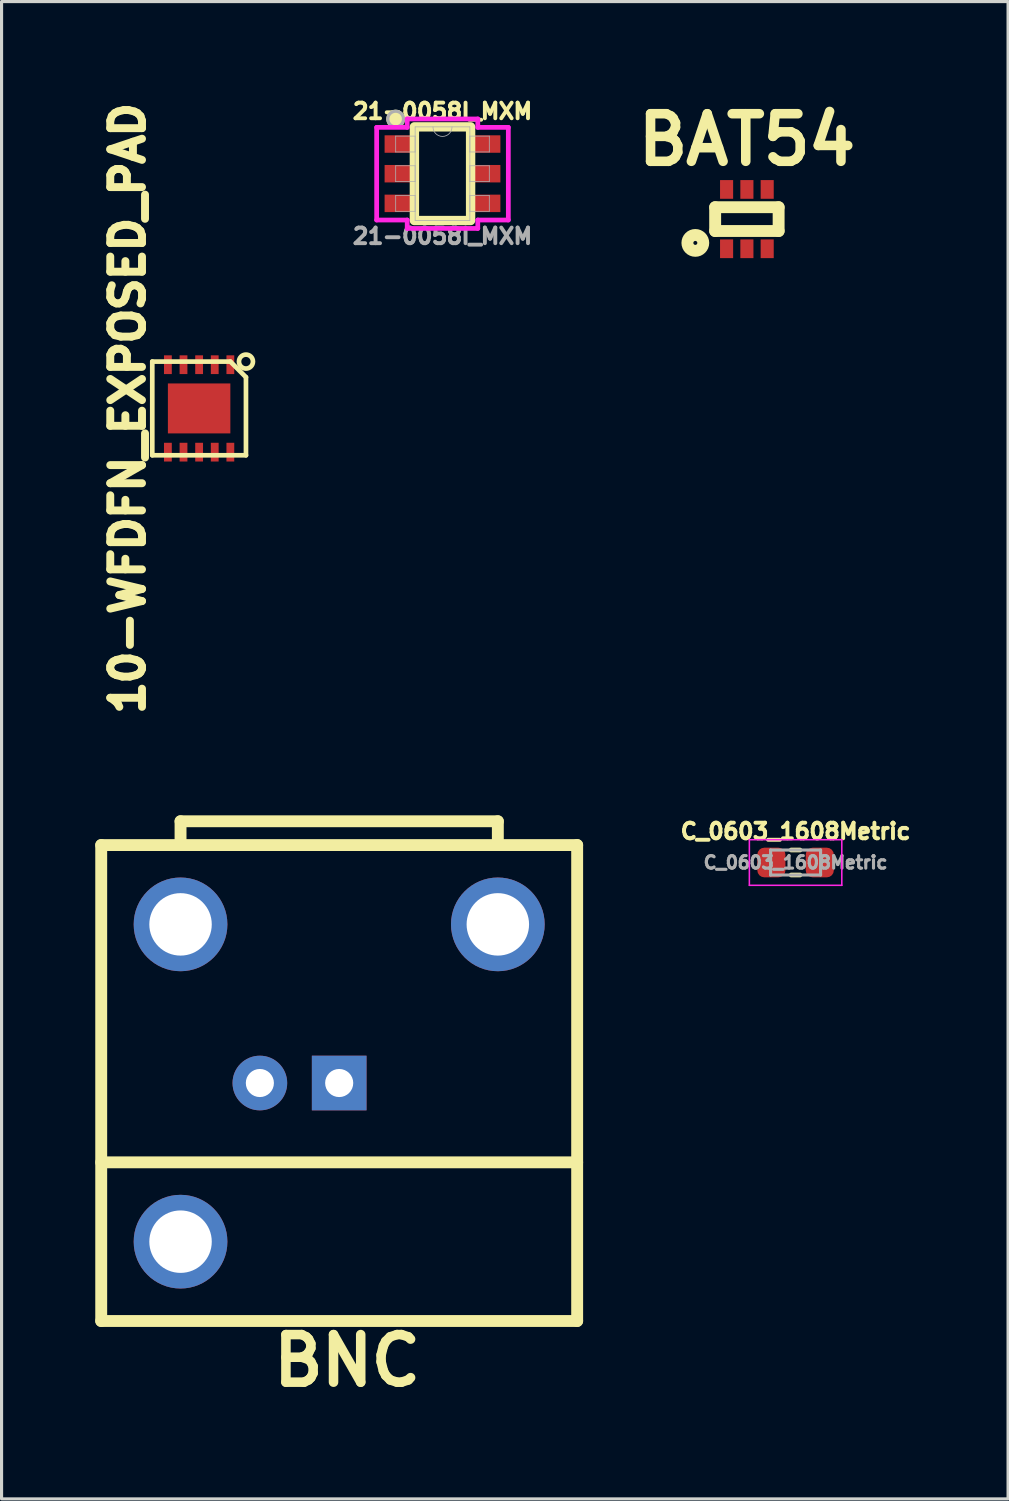
<source format=kicad_pcb>
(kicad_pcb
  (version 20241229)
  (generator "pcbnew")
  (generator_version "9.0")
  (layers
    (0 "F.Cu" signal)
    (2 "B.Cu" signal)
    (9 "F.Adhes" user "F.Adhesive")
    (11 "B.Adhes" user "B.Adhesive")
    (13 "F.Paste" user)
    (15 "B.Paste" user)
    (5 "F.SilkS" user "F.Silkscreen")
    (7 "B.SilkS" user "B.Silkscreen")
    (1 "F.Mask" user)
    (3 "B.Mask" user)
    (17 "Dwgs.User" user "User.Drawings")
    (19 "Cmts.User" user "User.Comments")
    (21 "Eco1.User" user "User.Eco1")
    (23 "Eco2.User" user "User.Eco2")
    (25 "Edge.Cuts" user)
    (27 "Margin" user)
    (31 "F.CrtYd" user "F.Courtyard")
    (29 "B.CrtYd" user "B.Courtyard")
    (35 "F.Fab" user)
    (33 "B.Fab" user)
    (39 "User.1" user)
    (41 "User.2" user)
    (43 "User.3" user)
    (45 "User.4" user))
  (footprint "21-0058I_MXM"
    (layer "F.Cu")
    (at 11.119 2.512)
    (property "Reference" "21-0058I_MXM" (at 0 -2 0) (unlocked yes) (layer "F.SilkS") (effects (font (size 0.5 0.5) (thickness 0.125) (bold yes))))
    (attr smd)
    (fp_rect (start -0.9 -1.5) (end 0.9 1.5) (stroke (width 0.3) (type default)) (fill no) (layer "F.SilkS"))
    (fp_circle (center -1.5 -1.75) (end -1.25 -1.75) (stroke (width 0.1) (type solid)) (fill yes) (layer "F.SilkS"))
    (fp_line (start -2.108 -1.483) (end -1.13 -1.483) (stroke (width 0.152) (type solid)) (layer "F.CrtYd"))
    (fp_line (start -2.108 1.483) (end -2.108 -1.483) (stroke (width 0.152) (type solid)) (layer "F.CrtYd"))
    (fp_line (start -2.108 1.483) (end -1.13 1.483) (stroke (width 0.152) (type solid)) (layer "F.CrtYd"))
    (fp_line (start -1.13 -1.753) (end 1.13 -1.753) (stroke (width 0.152) (type solid)) (layer "F.CrtYd"))
    (fp_line (start -1.13 -1.483) (end -1.13 -1.753) (stroke (width 0.152) (type solid)) (layer "F.CrtYd"))
    (fp_line (start -1.13 1.753) (end -1.13 1.483) (stroke (width 0.152) (type solid)) (layer "F.CrtYd"))
    (fp_line (start 1.13 -1.753) (end 1.13 -1.483) (stroke (width 0.152) (type solid)) (layer "F.CrtYd"))
    (fp_line (start 1.13 1.483) (end 1.13 1.753) (stroke (width 0.152) (type solid)) (layer "F.CrtYd"))
    (fp_line (start 1.13 1.753) (end -1.13 1.753) (stroke (width 0.152) (type solid)) (layer "F.CrtYd"))
    (fp_line (start 2.108 -1.483) (end 1.13 -1.483) (stroke (width 0.152) (type solid)) (layer "F.CrtYd"))
    (fp_line (start 2.108 -1.483) (end 2.108 1.483) (stroke (width 0.152) (type solid)) (layer "F.CrtYd"))
    (fp_line (start 2.108 1.483) (end 1.13 1.483) (stroke (width 0.152) (type solid)) (layer "F.CrtYd"))
    (fp_line (start -1.499 -1.204) (end -1.499 -0.696) (stroke (width 0.025) (type solid)) (layer "F.Fab"))
    (fp_line (start -1.499 -0.696) (end -0.876 -0.696) (stroke (width 0.025) (type solid)) (layer "F.Fab"))
    (fp_line (start -1.499 -0.254) (end -1.499 0.254) (stroke (width 0.025) (type solid)) (layer "F.Fab"))
    (fp_line (start -1.499 0.254) (end -0.876 0.254) (stroke (width 0.025) (type solid)) (layer "F.Fab"))
    (fp_line (start -1.499 0.696) (end -1.499 1.204) (stroke (width 0.025) (type solid)) (layer "F.Fab"))
    (fp_line (start -1.499 1.204) (end -0.876 1.204) (stroke (width 0.025) (type solid)) (layer "F.Fab"))
    (fp_line (start -0.876 -1.499) (end -0.876 1.499) (stroke (width 0.025) (type solid)) (layer "F.Fab"))
    (fp_line (start -0.876 -1.204) (end -1.499 -1.204) (stroke (width 0.025) (type solid)) (layer "F.Fab"))
    (fp_line (start -0.876 -0.696) (end -0.876 -1.204) (stroke (width 0.025) (type solid)) (layer "F.Fab"))
    (fp_line (start -0.876 -0.254) (end -1.499 -0.254) (stroke (width 0.025) (type solid)) (layer "F.Fab"))
    (fp_line (start -0.876 0.254) (end -0.876 -0.254) (stroke (width 0.025) (type solid)) (layer "F.Fab"))
    (fp_line (start -0.876 0.696) (end -1.499 0.696) (stroke (width 0.025) (type solid)) (layer "F.Fab"))
    (fp_line (start -0.876 1.204) (end -0.876 0.696) (stroke (width 0.025) (type solid)) (layer "F.Fab"))
    (fp_line (start -0.876 1.499) (end 0.876 1.499) (stroke (width 0.025) (type solid)) (layer "F.Fab"))
    (fp_line (start 0.876 -1.499) (end -0.876 -1.499) (stroke (width 0.025) (type solid)) (layer "F.Fab"))
    (fp_line (start 0.876 -1.204) (end 0.876 -0.696) (stroke (width 0.025) (type solid)) (layer "F.Fab"))
    (fp_line (start 0.876 -0.696) (end 1.499 -0.696) (stroke (width 0.025) (type solid)) (layer "F.Fab"))
    (fp_line (start 0.876 -0.254) (end 0.876 0.254) (stroke (width 0.025) (type solid)) (layer "F.Fab"))
    (fp_line (start 0.876 0.254) (end 1.499 0.254) (stroke (width 0.025) (type solid)) (layer "F.Fab"))
    (fp_line (start 0.876 0.696) (end 0.876 1.204) (stroke (width 0.025) (type solid)) (layer "F.Fab"))
    (fp_line (start 0.876 1.204) (end 1.499 1.204) (stroke (width 0.025) (type solid)) (layer "F.Fab"))
    (fp_line (start 0.876 1.499) (end 0.876 -1.499) (stroke (width 0.025) (type solid)) (layer "F.Fab"))
    (fp_line (start 1.499 -1.204) (end 0.876 -1.204) (stroke (width 0.025) (type solid)) (layer "F.Fab"))
    (fp_line (start 1.499 -0.696) (end 1.499 -1.204) (stroke (width 0.025) (type solid)) (layer "F.Fab"))
    (fp_line (start 1.499 -0.254) (end 0.876 -0.254) (stroke (width 0.025) (type solid)) (layer "F.Fab"))
    (fp_line (start 1.499 0.254) (end 1.499 -0.254) (stroke (width 0.025) (type solid)) (layer "F.Fab"))
    (fp_line (start 1.499 0.696) (end 0.876 0.696) (stroke (width 0.025) (type solid)) (layer "F.Fab"))
    (fp_line (start 1.499 1.204) (end 1.499 0.696) (stroke (width 0.025) (type solid)) (layer "F.Fab"))
    (fp_arc (start 0.3048 -1.4986) (mid 0 -1.1938) (end -0.3048 -1.4986) (stroke (width 0.0254) (type solid)) (layer "F.Fab"))
    (fp_circle (center -1.5 -1.75) (end -1.25 -1.75) (stroke (width 0.1) (type solid)) (fill no) (layer "F.Fab"))
    (fp_text user "${REFERENCE}" (at 0 2 0) (unlocked yes) (layer "F.Fab") (effects (font (size 0.5 0.5) (thickness 0.125) (bold yes))))
    (pad "1" smd rect (at -1.365 -0.95) (size 0.978 0.559) (layers "F.Cu" "F.Mask" "F.Paste"))
    (pad "2" smd rect (at -1.365 0) (size 0.978 0.559) (layers "F.Cu" "F.Mask" "F.Paste"))
    (pad "3" smd rect (at -1.365 0.95) (size 0.978 0.559) (layers "F.Cu" "F.Mask" "F.Paste"))
    (pad "4" smd rect (at 1.365 0.95) (size 0.978 0.559) (layers "F.Cu" "F.Mask" "F.Paste"))
    (pad "5" smd rect (at 1.365 0) (size 0.978 0.559) (layers "F.Cu" "F.Mask" "F.Paste"))
    (pad "6" smd rect (at 1.365 -0.95) (size 0.978 0.559) (layers "F.Cu" "F.Mask" "F.Paste")))
  (footprint "C_0603_1608Metric"
    (layer "F.Cu")
    (at 22.425 24.568)
    (property "Reference" "C_0603_1608Metric" (at 0 -1 0) (layer "F.SilkS") (effects (font (size 0.5 0.5) (thickness 0.125) (bold yes))))
    (attr smd)
    (fp_line (start -0.141 -0.4) (end 0.141 -0.4) (stroke (width 0.15) (type solid)) (layer "F.SilkS"))
    (fp_line (start -0.141 0.4) (end 0.141 0.4) (stroke (width 0.15) (type solid)) (layer "F.SilkS"))
    (fp_line (start -1.48 -0.73) (end 1.48 -0.73) (stroke (width 0.05) (type solid)) (layer "F.CrtYd"))
    (fp_line (start -1.48 0.73) (end -1.48 -0.73) (stroke (width 0.05) (type solid)) (layer "F.CrtYd"))
    (fp_line (start 1.48 -0.73) (end 1.48 0.73) (stroke (width 0.05) (type solid)) (layer "F.CrtYd"))
    (fp_line (start 1.48 0.73) (end -1.48 0.73) (stroke (width 0.05) (type solid)) (layer "F.CrtYd"))
    (fp_line (start -0.8 -0.4) (end 0.8 -0.4) (stroke (width 0.1) (type solid)) (layer "F.Fab"))
    (fp_line (start -0.8 0.4) (end -0.8 -0.4) (stroke (width 0.1) (type solid)) (layer "F.Fab"))
    (fp_line (start 0.8 -0.4) (end 0.8 0.4) (stroke (width 0.1) (type solid)) (layer "F.Fab"))
    (fp_line (start 0.8 0.4) (end -0.8 0.4) (stroke (width 0.1) (type solid)) (layer "F.Fab"))
    (fp_text user "${REFERENCE}" (at 0 0 0) (layer "F.Fab") (effects (font (size 0.4 0.4) (thickness 0.1) (bold yes))))
    (pad "1" smd roundrect (at -0.775 0) (size 0.9 0.95) (layers "F.Cu" "F.Mask" "F.Paste") (roundrect_rratio 0.25))
    (pad "2" smd roundrect (at 0.775 0) (size 0.9 0.95) (layers "F.Cu" "F.Mask" "F.Paste") (roundrect_rratio 0.25)))
  (footprint "BAT54"
    (layer "F.Cu")
    (at 20.866 3.966)
    (property "Reference" "BAT54" (at 0 -2.54 0) (layer "F.SilkS") (effects (font (size 1.524 1.524) (thickness 0.305))))
    (property "Value" "${VALUE}" (at 0 2.54 0) (layer "F.SilkS") (hide yes) (effects (font (size 1.524 1.524) (thickness 0.305))))
    (attr through_hole)
    (fp_line (start -1.016 -0.381) (end -1.016 0.381) (stroke (width 0.381) (type solid)) (layer "F.SilkS"))
    (fp_line (start -1.016 0.381) (end 1.016 0.381) (stroke (width 0.381) (type solid)) (layer "F.SilkS"))
    (fp_line (start 1.016 -0.381) (end -1.016 -0.381) (stroke (width 0.381) (type solid)) (layer "F.SilkS"))
    (fp_line (start 1.016 0.381) (end 1.016 -0.381) (stroke (width 0.381) (type solid)) (layer "F.SilkS"))
    (fp_circle (center -1.651 0.762) (end -1.651 0.508) (stroke (width 0.381) (type solid)) (fill no) (layer "F.SilkS"))
    (pad "1" smd rect (at -0.65 0.95) (size 0.419 0.599) (layers "F.Cu" "F.Mask" "F.Paste"))
    (pad "2" smd rect (at 0 0.95) (size 0.419 0.599) (layers "F.Cu" "F.Mask" "F.Paste"))
    (pad "3" smd rect (at 0.65 0.95) (size 0.419 0.599) (layers "F.Cu" "F.Mask" "F.Paste"))
    (pad "4" smd rect (at 0.65 -0.95) (size 0.419 0.599) (layers "F.Cu" "F.Mask" "F.Paste"))
    (pad "5" smd rect (at 0 -0.95) (size 0.419 0.599) (layers "F.Cu" "F.Mask" "F.Paste"))
    (pad "6" smd rect (at -0.65 -0.95) (size 0.419 0.599) (layers "F.Cu" "F.Mask" "F.Paste")))
  (footprint "10-WFDFN_EXPOSED_PAD"
    (layer "F.Cu")
    (at 3.326 10.028)
    (property "Reference" "10-WFDFN_EXPOSED_PAD" (at -2.286 0 90) (layer "F.SilkS") (effects (font (size 1.016 1.016) (thickness 0.254))))
    (attr through_hole)
    (fp_line (start -1.5 -1.5) (end -1.5 1.5) (stroke (width 0.15) (type solid)) (layer "F.SilkS"))
    (fp_line (start -1.5 -1.5) (end 1 -1.5) (stroke (width 0.15) (type solid)) (layer "F.SilkS"))
    (fp_line (start -1.5 1.5) (end 1.5 1.5) (stroke (width 0.15) (type solid)) (layer "F.SilkS"))
    (fp_line (start 1 -1.5) (end 1.5 -1) (stroke (width 0.15) (type solid)) (layer "F.SilkS"))
    (fp_line (start 1.5 1.5) (end 1.5 -1) (stroke (width 0.15) (type solid)) (layer "F.SilkS"))
    (fp_circle (center 1.5 -1.5) (end 1.724 -1.5) (stroke (width 0.15) (type solid)) (fill no) (layer "F.SilkS"))
    (pad "" smd rect (at 0 0) (size 2 1.6) (layers "F.Cu" "F.Mask" "F.Paste"))
    (pad "1" smd rect (at 1 -1.4) (size 0.25 0.6) (layers "F.Cu" "F.Mask" "F.Paste"))
    (pad "2" smd rect (at 0.5 -1.4) (size 0.25 0.6) (layers "F.Cu" "F.Mask" "F.Paste"))
    (pad "3" smd rect (at 0 -1.4) (size 0.25 0.6) (layers "F.Cu" "F.Mask" "F.Paste"))
    (pad "4" smd rect (at -0.5 -1.4) (size 0.25 0.6) (layers "F.Cu" "F.Mask" "F.Paste"))
    (pad "5" smd rect (at -1 -1.4) (size 0.25 0.6) (layers "F.Cu" "F.Mask" "F.Paste"))
    (pad "6" smd rect (at -1 1.4) (size 0.25 0.6) (layers "F.Cu" "F.Mask" "F.Paste"))
    (pad "7" smd rect (at -0.5 1.4) (size 0.25 0.6) (layers "F.Cu" "F.Mask" "F.Paste"))
    (pad "8" smd rect (at 0 1.4) (size 0.25 0.6) (layers "F.Cu" "F.Mask" "F.Paste"))
    (pad "9" smd rect (at 0.5 1.4) (size 0.25 0.6) (layers "F.Cu" "F.Mask" "F.Paste"))
    (pad "10" smd rect (at 1 1.4) (size 0.25 0.6) (layers "F.Cu" "F.Mask" "F.Paste")))
  (footprint "BNC"
    (layer "F.Cu")
    (at 7.811 26.549)
    (property "Reference" "BNC" (at 0.254 13.97 0) (layer "F.SilkS") (effects (font (size 1.524 1.524) (thickness 0.305))))
    (property "Value" "${VALUE}" (at -8.75 5 90) (layer "F.SilkS") (hide yes) (effects (font (size 1.524 1.524) (thickness 0.305))))
    (attr through_hole)
    (fp_line (start -7.62 -2.54) (end -7.62 12.7) (stroke (width 0.381) (type solid)) (layer "F.SilkS"))
    (fp_line (start -7.62 -2.54) (end 7.62 -2.54) (stroke (width 0.381) (type solid)) (layer "F.SilkS"))
    (fp_line (start -7.62 7.62) (end 7.62 7.62) (stroke (width 0.381) (type solid)) (layer "F.SilkS"))
    (fp_line (start -7.62 12.7) (end 7.62 12.7) (stroke (width 0.381) (type solid)) (layer "F.SilkS"))
    (fp_line (start -5.08 -3.302) (end 5.08 -3.302) (stroke (width 0.381) (type solid)) (layer "F.SilkS"))
    (fp_line (start -5.08 -2.54) (end -5.08 -3.302) (stroke (width 0.381) (type solid)) (layer "F.SilkS"))
    (fp_line (start 5.08 -3.302) (end 5.08 -2.54) (stroke (width 0.381) (type solid)) (layer "F.SilkS"))
    (fp_line (start 7.62 -2.54) (end 7.62 12.7) (stroke (width 0.381) (type solid)) (layer "F.SilkS"))
    (pad "" thru_hole circle (at -5.08 0) (size 3 3) (drill 2) (layers "*.Cu" "*.Mask"))
    (pad "" thru_hole circle (at -5.08 10.16) (size 3 3) (drill 2) (layers "*.Cu" "*.Mask"))
    (pad "" thru_hole circle (at 5.08 0) (size 3 3) (drill 2) (layers "*.Cu" "*.Mask"))
    (pad "1" thru_hole rect (at 0 5.08) (size 1.75 1.75) (drill 0.9) (layers "*.Cu" "*.Mask"))
    (pad "2" thru_hole circle (at -2.54 5.08) (size 1.75 1.75) (drill 0.9) (layers "*.Cu" "*.Mask")))
  (gr_rect
    (start -3 -3)
    (end 29.229 44.945)
    (stroke (width 0.1) (type default))
    (fill no)
    (layer "Edge.Cuts")))
</source>
